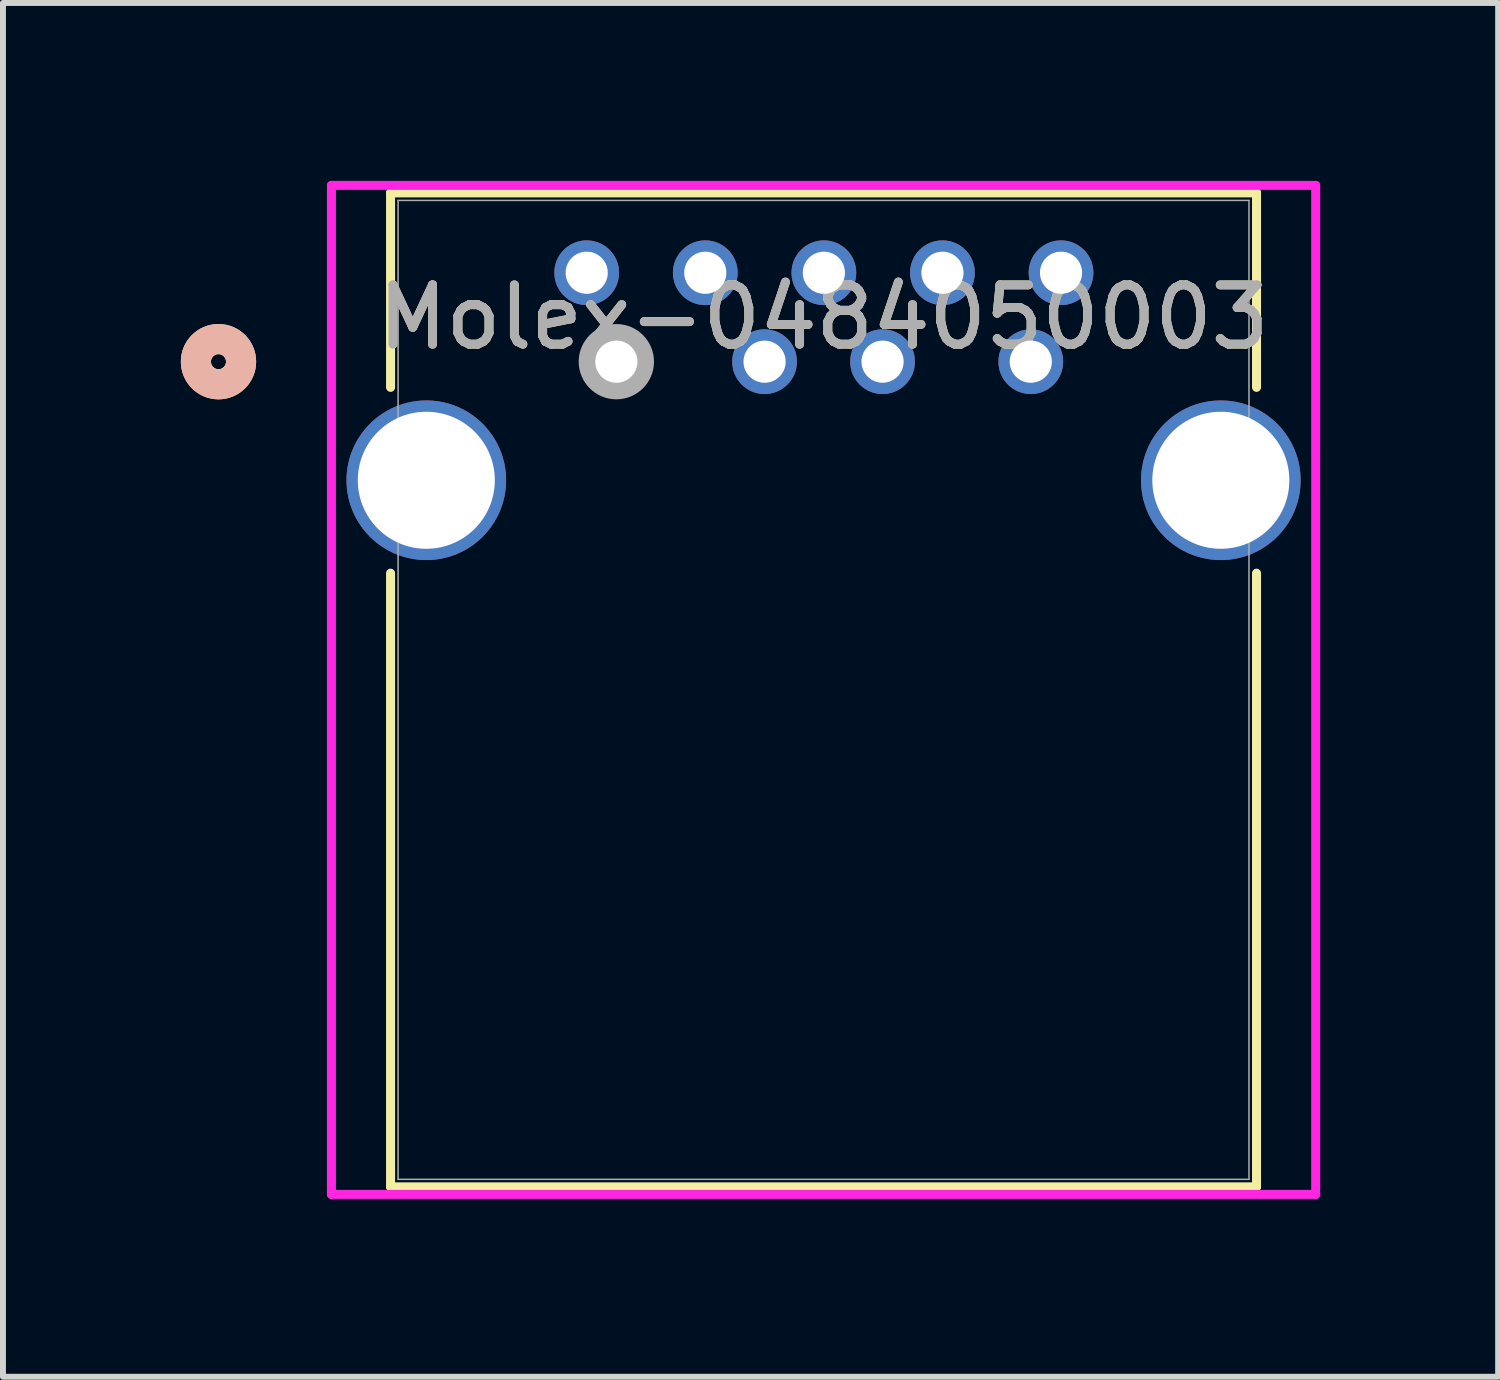
<source format=kicad_pcb>
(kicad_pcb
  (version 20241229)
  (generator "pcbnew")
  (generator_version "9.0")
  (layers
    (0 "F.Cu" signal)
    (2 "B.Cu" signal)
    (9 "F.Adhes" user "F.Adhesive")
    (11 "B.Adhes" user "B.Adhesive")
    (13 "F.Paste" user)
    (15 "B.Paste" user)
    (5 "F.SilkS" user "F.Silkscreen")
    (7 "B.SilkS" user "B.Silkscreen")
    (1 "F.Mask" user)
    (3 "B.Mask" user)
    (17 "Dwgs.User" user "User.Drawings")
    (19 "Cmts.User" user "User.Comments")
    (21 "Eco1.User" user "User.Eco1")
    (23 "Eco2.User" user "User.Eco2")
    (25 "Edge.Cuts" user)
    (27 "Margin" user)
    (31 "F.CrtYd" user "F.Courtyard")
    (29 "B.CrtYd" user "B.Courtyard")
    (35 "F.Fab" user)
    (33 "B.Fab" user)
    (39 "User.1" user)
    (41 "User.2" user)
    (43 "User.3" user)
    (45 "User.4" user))
  (footprint "Molex-0484050003"
    (layer "F.Cu")
    (at 7.345 3.05)
    (property "Reference" "Molex-0484050003" (at 3.495 -0.75 0) (unlocked yes) (layer "F.SilkS") (effects (font (size 1 1) (thickness 0.15))))
    (attr through_hole)
    (fp_line (start -3.808 -2.847) (end -3.808 0.433) (stroke (width 0.152) (type solid)) (layer "F.SilkS"))
    (fp_line (start -3.808 3.567) (end -3.808 13.917) (stroke (width 0.152) (type solid)) (layer "F.SilkS"))
    (fp_line (start -3.808 13.917) (end 10.797 13.917) (stroke (width 0.152) (type solid)) (layer "F.SilkS"))
    (fp_line (start 10.797 -2.847) (end -3.808 -2.847) (stroke (width 0.152) (type solid)) (layer "F.SilkS"))
    (fp_line (start 10.797 0.433) (end 10.797 -2.847) (stroke (width 0.152) (type solid)) (layer "F.SilkS"))
    (fp_line (start 10.797 13.917) (end 10.797 3.567) (stroke (width 0.152) (type solid)) (layer "F.SilkS"))
    (fp_circle (center -6.71 0) (end -6.329 0) (stroke (width 0.508) (type solid)) (fill no) (layer "F.SilkS"))
    (fp_circle (center -6.71 0) (end -6.329 0) (stroke (width 0.508) (type solid)) (fill no) (layer "B.SilkS"))
    (fp_line (start -4.805 -2.974) (end -4.805 14.044) (stroke (width 0.152) (type solid)) (layer "F.CrtYd"))
    (fp_line (start -4.805 14.044) (end 11.795 14.044) (stroke (width 0.152) (type solid)) (layer "F.CrtYd"))
    (fp_line (start 11.795 -2.974) (end -4.805 -2.974) (stroke (width 0.152) (type solid)) (layer "F.CrtYd"))
    (fp_line (start 11.795 14.044) (end 11.795 -2.974) (stroke (width 0.152) (type solid)) (layer "F.CrtYd"))
    (fp_line (start -3.681 -2.72) (end -3.681 13.79) (stroke (width 0.025) (type solid)) (layer "F.Fab"))
    (fp_line (start -3.681 13.79) (end 10.67 13.79) (stroke (width 0.025) (type solid)) (layer "F.Fab"))
    (fp_line (start 10.67 -2.72) (end -3.681 -2.72) (stroke (width 0.025) (type solid)) (layer "F.Fab"))
    (fp_line (start 10.67 13.79) (end 10.67 -2.72) (stroke (width 0.025) (type solid)) (layer "F.Fab"))
    (fp_circle (center 0 0) (end 0.381 0) (stroke (width 0.508) (type solid)) (fill no) (layer "F.Fab"))
    (fp_text user "${REFERENCE}" (at 3.495 -0.75 0) (unlocked yes) (layer "F.Fab") (effects (font (size 1 1) (thickness 0.15))))
    (pad "1" thru_hole circle (at 0 0) (size 1.092 1.092) (drill 0.711) (layers "*.Cu" "*.Mask"))
    (pad "2" thru_hole circle (at 2.5 0) (size 1.092 1.092) (drill 0.711) (layers "*.Cu" "*.Mask"))
    (pad "3" thru_hole circle (at 4.49 0) (size 1.092 1.092) (drill 0.711) (layers "*.Cu" "*.Mask"))
    (pad "4" thru_hole circle (at 6.99 0) (size 1.092 1.092) (drill 0.711) (layers "*.Cu" "*.Mask"))
    (pad "5" thru_hole circle (at 7.5 -1.5) (size 1.092 1.092) (drill 0.711) (layers "*.Cu" "*.Mask"))
    (pad "6" thru_hole circle (at 5.5 -1.5) (size 1.092 1.092) (drill 0.711) (layers "*.Cu" "*.Mask"))
    (pad "7" thru_hole circle (at 3.5 -1.5) (size 1.092 1.092) (drill 0.711) (layers "*.Cu" "*.Mask"))
    (pad "8" thru_hole circle (at 1.5 -1.5) (size 1.092 1.092) (drill 0.711) (layers "*.Cu" "*.Mask"))
    (pad "9" thru_hole circle (at -0.5 -1.5) (size 1.092 1.092) (drill 0.711) (layers "*.Cu" "*.Mask"))
    (pad "10" thru_hole circle (at -3.205 2) (size 2.692 2.692) (drill 2.311) (layers "*.Cu" "*.Mask"))
    (pad "11" thru_hole circle (at 10.195 2) (size 2.692 2.692) (drill 2.311) (layers "*.Cu" "*.Mask")))
  (gr_rect
    (start -3 -3)
    (end 22.217 20.17)
    (stroke (width 0.1) (type default))
    (fill no)
    (layer "Edge.Cuts")))
</source>
